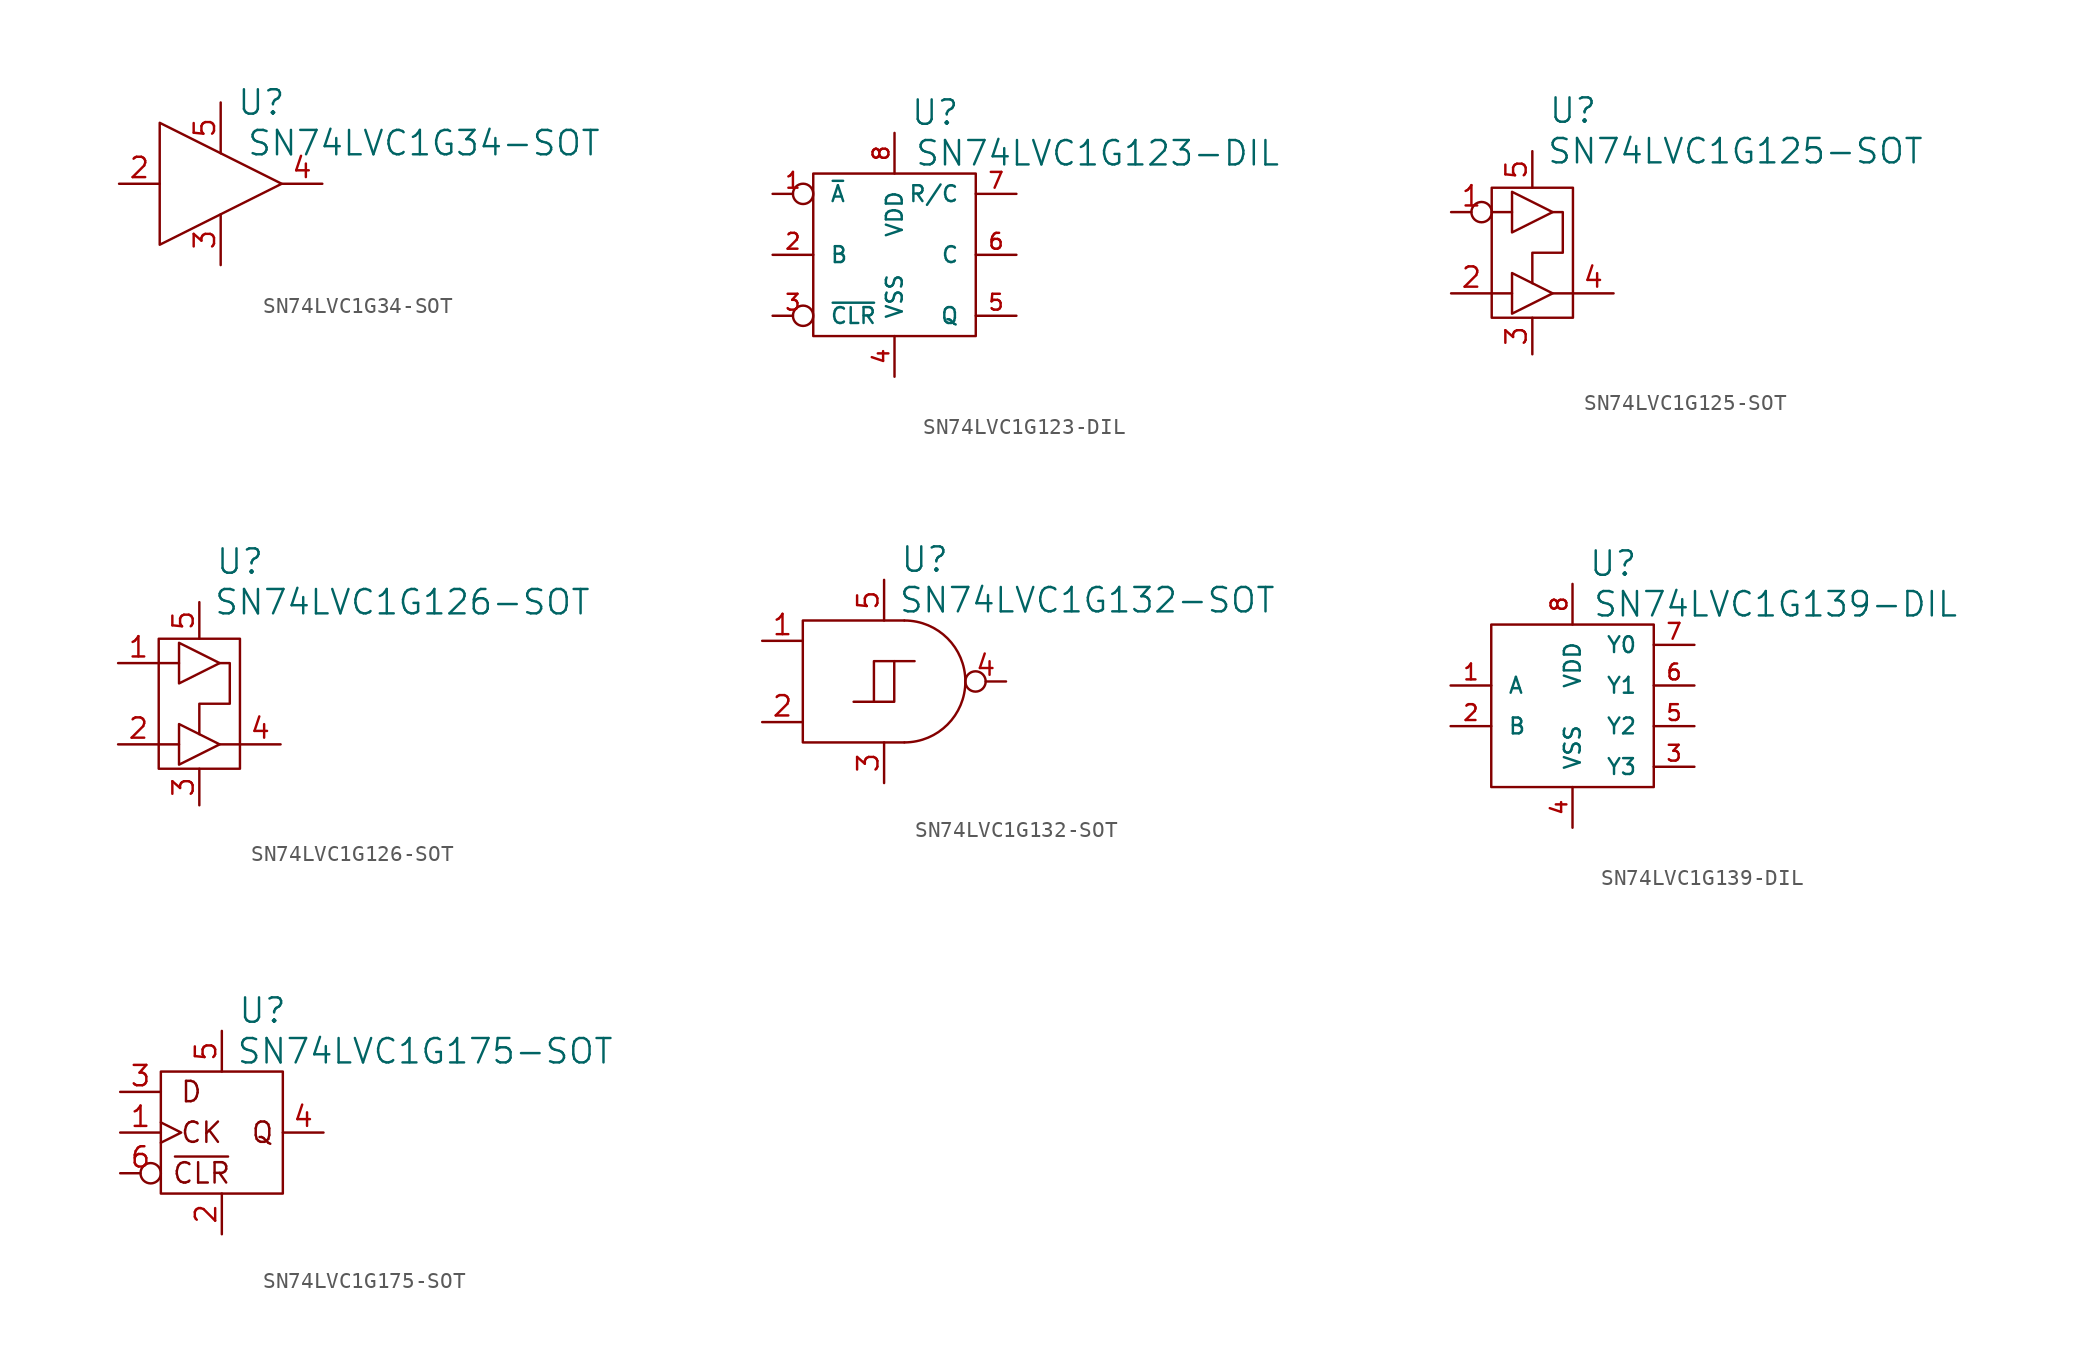
<source format=kicad_sym>
(kicad_symbol_lib
  (version 20220914)
  (generator kicad_symbol_editor)
  (symbol "SN74LVC1G34-SOT"
    (pin_names
      (offset 1.016) hide)
    (property "Reference" "U"
      (at 2.54 5.08 0)
      (effects (font (size 1.524 1.524))))
    (property "Value" "SN74LVC1G34-SOT"
      (at 12.7 2.54 0)
      (effects (font (size 1.524 1.524))))
    (property "Footprint" ""
      (at 0 0 0)
      (effects (font (size 1.524 1.524))))
    (property "Datasheet" ""
      (at 0 0 0)
      (effects (font (size 1.524 1.524))))
    (symbol "SN74LVC1G34-SOT_0_1"
      (polyline (pts (xy -3.81 3.81) (xy -3.81 -3.81) (xy 3.81 0) (xy -3.81 3.81) (xy -3.81 3.81)) (stroke (width 0) (type solid)) (fill (type none))))
    (symbol "SN74LVC1G34-SOT_1_1"
      (pin passive line (at -6.35 0 0) (length 2.54) (name "A" (effects (font (size 1.27 1.27)))) (number "2" (effects (font (size 1.27 1.27)))))
      (pin passive line (at 0 -5.08 90) (length 3.175) (name "VSS" (effects (font (size 1.27 1.27)))) (number "3" (effects (font (size 1.27 1.27)))))
      (pin passive line (at 6.35 0 180) (length 2.54) (name "Y" (effects (font (size 1.27 1.27)))) (number "4" (effects (font (size 1.27 1.27)))))
      (pin passive line (at 0 5.08 270) (length 3.175) (name "VDD" (effects (font (size 1.27 1.27)))) (number "5" (effects (font (size 1.27 1.27)))))))
  (symbol "SN74LVC1G123-DIL"
    (pin_names
      (offset 1.016))
    (property "Reference" "U"
      (at 2.54 8.89 0)
      (effects (font (size 1.524 1.524))))
    (property "Value" "SN74LVC1G123-DIL"
      (at 12.7 6.35 0)
      (effects (font (size 1.524 1.524))))
    (property "Footprint" ""
      (at 0 0 0)
      (effects (font (size 1.524 1.524))))
    (property "Datasheet" ""
      (at 0 0 0)
      (effects (font (size 1.524 1.524))))
    (symbol "SN74LVC1G123-DIL_0_1"
      (rectangle (start -5.08 5.08) (end 5.08 -5.08) (stroke (width 0) (type solid)) (fill (type none))))
    (symbol "SN74LVC1G123-DIL_1_1"
      (pin passive inverted (at -7.62 3.81 0) (length 2.54) (name "~{A}" (effects (font (size 0.991 0.991)))) (number "1" (effects (font (size 0.991 0.991)))))
      (pin passive line (at -7.62 0 0) (length 2.54) (name "B" (effects (font (size 0.991 0.991)))) (number "2" (effects (font (size 0.991 0.991)))))
      (pin passive inverted (at -7.62 -3.81 0) (length 2.54) (name "~{CLR}" (effects (font (size 0.991 0.991)))) (number "3" (effects (font (size 0.991 0.991)))))
      (pin passive line (at 0 -7.62 90) (length 2.54) (name "VSS" (effects (font (size 0.991 0.991)))) (number "4" (effects (font (size 0.991 0.991)))))
      (pin passive line (at 7.62 -3.81 180) (length 2.54) (name "Q" (effects (font (size 0.991 0.991)))) (number "5" (effects (font (size 0.991 0.991)))))
      (pin passive line (at 7.62 0 180) (length 2.54) (name "C" (effects (font (size 0.991 0.991)))) (number "6" (effects (font (size 0.991 0.991)))))
      (pin passive line (at 7.62 3.81 180) (length 2.54) (name "R/C" (effects (font (size 0.991 0.991)))) (number "7" (effects (font (size 0.991 0.991)))))
      (pin passive line (at 0 7.62 270) (length 2.54) (name "VDD" (effects (font (size 0.991 0.991)))) (number "8" (effects (font (size 0.991 0.991)))))))
  (symbol "SN74LVC1G125-SOT"
    (pin_names
      (offset 1.016) hide)
    (property "Reference" "U"
      (at 2.54 8.89 0)
      (effects (font (size 1.524 1.524))))
    (property "Value" "SN74LVC1G125-SOT"
      (at 12.7 6.35 0)
      (effects (font (size 1.524 1.524))))
    (property "Footprint" ""
      (at 0 0 0)
      (effects (font (size 1.524 1.524))))
    (property "Datasheet" ""
      (at 0 0 0)
      (effects (font (size 1.524 1.524))))
    (symbol "SN74LVC1G125-SOT_0_0"
      (polyline (pts (xy -2.54 -2.54) (xy -1.27 -2.54)) (stroke (width 0) (type solid)) (fill (type none)))
      (polyline (pts (xy -1.27 2.54) (xy -2.54 2.54)) (stroke (width 0) (type solid)) (fill (type none)))
      (polyline (pts (xy 1.27 -2.54) (xy 2.54 -2.54)) (stroke (width 0) (type solid)) (fill (type none)))
      (polyline (pts (xy 1.27 2.54) (xy 1.905 2.54) (xy 1.905 0) (xy 0 0) (xy 0 -1.905)) (stroke (width 0) (type solid)) (fill (type none))))
    (symbol "SN74LVC1G125-SOT_0_1"
      (rectangle (start -2.54 -4.064) (end 2.54 4.064) (stroke (width 0) (type solid)) (fill (type none)))
      (polyline (pts (xy -1.27 -1.27) (xy 1.27 -2.54) (xy -1.27 -3.81) (xy -1.27 -1.27)) (stroke (width 0) (type solid)) (fill (type none)))
      (polyline (pts (xy -1.27 3.81) (xy 1.27 2.54) (xy -1.27 1.27) (xy -1.27 3.81)) (stroke (width 0) (type solid)) (fill (type none))))
    (symbol "SN74LVC1G125-SOT_1_1"
      (pin passive inverted (at -5.08 2.54 0) (length 2.54) (name "~{OE}" (effects (font (size 1.27 1.27)))) (number "1" (effects (font (size 1.27 1.27)))))
      (pin passive line (at -5.08 -2.54 0) (length 2.54) (name "A" (effects (font (size 1.27 1.27)))) (number "2" (effects (font (size 1.27 1.27)))))
      (pin passive line (at 0 -6.35 90) (length 2.286) (name "VSS" (effects (font (size 1.27 1.27)))) (number "3" (effects (font (size 1.27 1.27)))))
      (pin passive line (at 5.08 -2.54 180) (length 2.54) (name "Y" (effects (font (size 1.27 1.27)))) (number "4" (effects (font (size 1.27 1.27)))))
      (pin passive line (at 0 6.35 270) (length 2.286) (name "VDD" (effects (font (size 1.27 1.27)))) (number "5" (effects (font (size 1.27 1.27)))))))
  (symbol "SN74LVC1G126-SOT"
    (pin_names
      (offset 1.016) hide)
    (property "Reference" "U"
      (at 2.54 8.89 0)
      (effects (font (size 1.524 1.524))))
    (property "Value" "SN74LVC1G126-SOT"
      (at 12.7 6.35 0)
      (effects (font (size 1.524 1.524))))
    (property "Footprint" ""
      (at 0 0 0)
      (effects (font (size 1.524 1.524))))
    (property "Datasheet" ""
      (at 0 0 0)
      (effects (font (size 1.524 1.524))))
    (symbol "SN74LVC1G126-SOT_0_0"
      (polyline (pts (xy -2.54 -2.54) (xy -1.27 -2.54)) (stroke (width 0) (type solid)) (fill (type none)))
      (polyline (pts (xy -1.27 2.54) (xy -2.54 2.54)) (stroke (width 0) (type solid)) (fill (type none)))
      (polyline (pts (xy 1.27 -2.54) (xy 2.54 -2.54)) (stroke (width 0) (type solid)) (fill (type none)))
      (polyline (pts (xy 1.27 2.54) (xy 1.905 2.54) (xy 1.905 0) (xy 0 0) (xy 0 -1.905)) (stroke (width 0) (type solid)) (fill (type none))))
    (symbol "SN74LVC1G126-SOT_0_1"
      (rectangle (start -2.54 -4.064) (end 2.54 4.064) (stroke (width 0) (type solid)) (fill (type none)))
      (polyline (pts (xy -1.27 -1.27) (xy 1.27 -2.54) (xy -1.27 -3.81) (xy -1.27 -1.27)) (stroke (width 0) (type solid)) (fill (type none)))
      (polyline (pts (xy -1.27 3.81) (xy 1.27 2.54) (xy -1.27 1.27) (xy -1.27 3.81)) (stroke (width 0) (type solid)) (fill (type none))))
    (symbol "SN74LVC1G126-SOT_1_1"
      (pin passive line (at -5.08 2.54 0) (length 2.54) (name "OE" (effects (font (size 1.27 1.27)))) (number "1" (effects (font (size 1.27 1.27)))))
      (pin passive line (at -5.08 -2.54 0) (length 2.54) (name "A" (effects (font (size 1.27 1.27)))) (number "2" (effects (font (size 1.27 1.27)))))
      (pin passive line (at 0 -6.35 90) (length 2.286) (name "VSS" (effects (font (size 1.27 1.27)))) (number "3" (effects (font (size 1.27 1.27)))))
      (pin passive line (at 5.08 -2.54 180) (length 2.54) (name "Y" (effects (font (size 1.27 1.27)))) (number "4" (effects (font (size 1.27 1.27)))))
      (pin passive line (at 0 6.35 270) (length 2.286) (name "VDD" (effects (font (size 1.27 1.27)))) (number "5" (effects (font (size 1.27 1.27)))))))
  (symbol "SN74LVC1G132-SOT"
    (pin_names
      (offset 1.016) hide)
    (property "Reference" "U"
      (at 2.54 7.62 0)
      (effects (font (size 1.524 1.524))))
    (property "Value" "SN74LVC1G132-SOT"
      (at 12.7 5.08 0)
      (effects (font (size 1.524 1.524))))
    (property "Footprint" ""
      (at 0 0 0)
      (effects (font (size 1.524 1.524))))
    (property "Datasheet" ""
      (at 0 0 0)
      (effects (font (size 1.524 1.524))))
    (symbol "SN74LVC1G132-SOT_0_1"
      (polyline (pts (xy 1.27 3.81) (xy -5.08 3.81) (xy -5.08 -3.81) (xy 1.27 -3.81) (xy 1.27 -3.81)) (stroke (width 0) (type solid)) (fill (type none)))
      (arc (start 1.27 -3.81) (mid 5.0634 0) (end 1.27 3.81) (stroke (width 0) (type solid)) (fill (type none))))
    (symbol "SN74LVC1G132-SOT_1_1"
      (polyline (pts (xy 0.635 1.27) (xy -0.635 1.27) (xy -0.635 -1.27) (xy -0.635 -1.27)) (stroke (width 0) (type solid)) (fill (type none)))
      (polyline (pts (xy -1.905 -1.27) (xy 0.635 -1.27) (xy 0.635 1.27) (xy 1.905 1.27) (xy 1.905 1.27)) (stroke (width 0) (type solid)) (fill (type none)))
      (pin passive line (at -7.62 2.54 0) (length 2.54) (name "A" (effects (font (size 1.27 1.27)))) (number "1" (effects (font (size 1.27 1.27)))))
      (pin passive line (at -7.62 -2.54 0) (length 2.54) (name "B" (effects (font (size 1.27 1.27)))) (number "2" (effects (font (size 1.27 1.27)))))
      (pin passive line (at 0 -6.35 90) (length 2.54) (name "VSS" (effects (font (size 1.27 1.27)))) (number "3" (effects (font (size 1.27 1.27)))))
      (pin passive inverted (at 7.62 0 180) (length 2.54) (name "Y" (effects (font (size 1.27 1.27)))) (number "4" (effects (font (size 1.27 1.27)))))
      (pin passive line (at 0 6.35 270) (length 2.54) (name "VDD" (effects (font (size 1.27 1.27)))) (number "5" (effects (font (size 1.27 1.27)))))))
  (symbol "SN74LVC1G139-DIL"
    (pin_names
      (offset 1.016))
    (property "Reference" "U"
      (at 2.54 8.89 0)
      (effects (font (size 1.524 1.524))))
    (property "Value" "SN74LVC1G139-DIL"
      (at 12.7 6.35 0)
      (effects (font (size 1.524 1.524))))
    (property "Footprint" ""
      (at 0 0 0)
      (effects (font (size 1.524 1.524))))
    (property "Datasheet" ""
      (at 0 0 0)
      (effects (font (size 1.524 1.524))))
    (symbol "SN74LVC1G139-DIL_0_1"
      (rectangle (start -5.08 5.08) (end 5.08 -5.08) (stroke (width 0) (type solid)) (fill (type none))))
    (symbol "SN74LVC1G139-DIL_1_1"
      (pin passive line (at -7.62 1.27 0) (length 2.54) (name "A" (effects (font (size 0.991 0.991)))) (number "1" (effects (font (size 0.991 0.991)))))
      (pin passive line (at -7.62 -1.27 0) (length 2.54) (name "B" (effects (font (size 0.991 0.991)))) (number "2" (effects (font (size 0.991 0.991)))))
      (pin passive line (at 7.62 -3.81 180) (length 2.54) (name "Y3" (effects (font (size 0.991 0.991)))) (number "3" (effects (font (size 0.991 0.991)))))
      (pin passive line (at 0 -7.62 90) (length 2.54) (name "VSS" (effects (font (size 0.991 0.991)))) (number "4" (effects (font (size 0.991 0.991)))))
      (pin passive line (at 7.62 -1.27 180) (length 2.54) (name "Y2" (effects (font (size 0.991 0.991)))) (number "5" (effects (font (size 0.991 0.991)))))
      (pin passive line (at 7.62 1.27 180) (length 2.54) (name "Y1" (effects (font (size 0.991 0.991)))) (number "6" (effects (font (size 0.991 0.991)))))
      (pin passive line (at 7.62 3.81 180) (length 2.54) (name "Y0" (effects (font (size 0.991 0.991)))) (number "7" (effects (font (size 0.991 0.991)))))
      (pin passive line (at 0 7.62 270) (length 2.54) (name "VDD" (effects (font (size 0.991 0.991)))) (number "8" (effects (font (size 0.991 0.991)))))))
  (symbol "SN74LVC1G175-SOT"
    (pin_names
      (offset 1.016) hide)
    (property "Reference" "U"
      (at 2.54 7.62 0)
      (effects (font (size 1.524 1.524))))
    (property "Value" "SN74LVC1G175-SOT"
      (at 12.7 5.08 0)
      (effects (font (size 1.524 1.524))))
    (property "Footprint" ""
      (at 0 0 0)
      (effects (font (size 1.524 1.524))))
    (property "Datasheet" ""
      (at 0 0 0)
      (effects (font (size 1.524 1.524))))
    (symbol "SN74LVC1G175-SOT_0_0"
      (text "CK" (at -1.27 0 0) (effects (font (size 1.27 1.27))))
      (text "D" (at -1.905 2.54 0) (effects (font (size 1.27 1.27))))
      (text "Q" (at 2.54 0 0) (effects (font (size 1.27 1.27))))
      (text "~{CLR}" (at -1.27 -2.54 0) (effects (font (size 1.27 1.27)))))
    (symbol "SN74LVC1G175-SOT_0_1"
      (rectangle (start -3.81 3.81) (end 3.81 -3.81) (stroke (width 0) (type solid)) (fill (type none))))
    (symbol "SN74LVC1G175-SOT_1_1"
      (pin passive clock (at -6.35 0 0) (length 2.54) (name "CLK" (effects (font (size 1.27 1.27)))) (number "1" (effects (font (size 1.27 1.27)))))
      (pin passive line (at 0 -6.35 90) (length 2.54) (name "VSS" (effects (font (size 1.27 1.27)))) (number "2" (effects (font (size 1.27 1.27)))))
      (pin passive line (at -6.35 2.54 0) (length 2.54) (name "D" (effects (font (size 1.27 1.27)))) (number "3" (effects (font (size 1.27 1.27)))))
      (pin passive line (at 6.35 0 180) (length 2.54) (name "Q" (effects (font (size 1.27 1.27)))) (number "4" (effects (font (size 1.27 1.27)))))
      (pin passive line (at 0 6.35 270) (length 2.54) (name "VDD" (effects (font (size 1.27 1.27)))) (number "5" (effects (font (size 1.27 1.27)))))
      (pin passive inverted (at -6.35 -2.54 0) (length 2.54) (name "~{CLR}" (effects (font (size 1.27 1.27)))) (number "6" (effects (font (size 1.27 1.27))))))))
</source>
